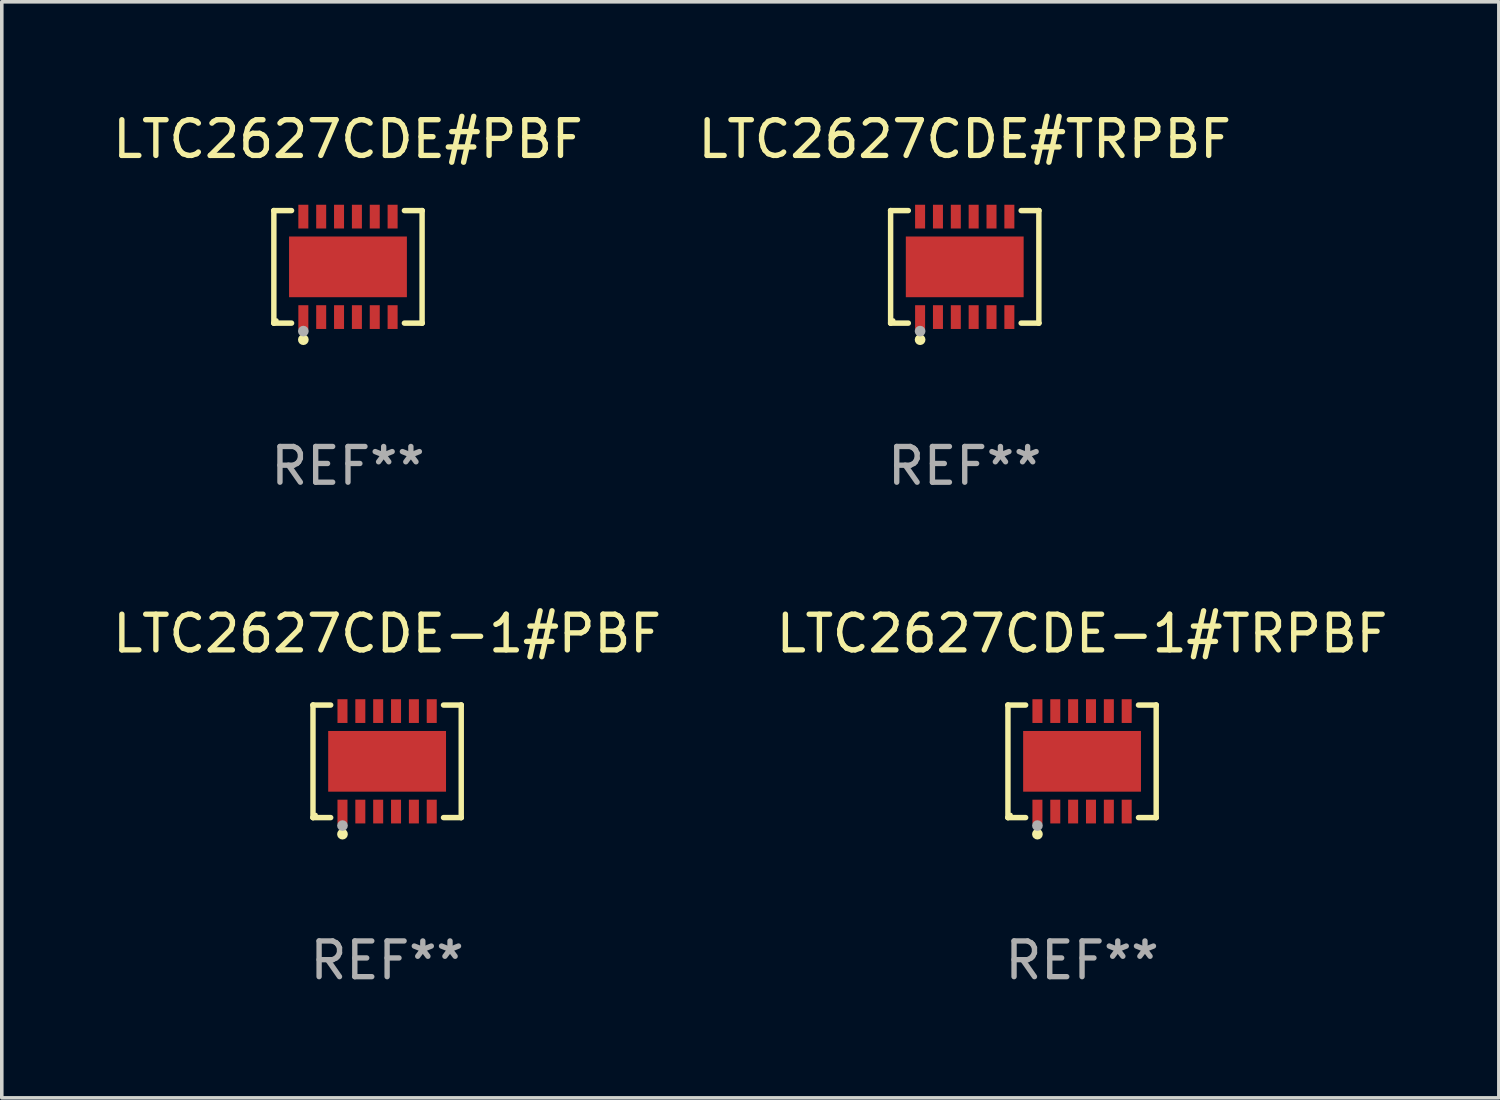
<source format=kicad_pcb>
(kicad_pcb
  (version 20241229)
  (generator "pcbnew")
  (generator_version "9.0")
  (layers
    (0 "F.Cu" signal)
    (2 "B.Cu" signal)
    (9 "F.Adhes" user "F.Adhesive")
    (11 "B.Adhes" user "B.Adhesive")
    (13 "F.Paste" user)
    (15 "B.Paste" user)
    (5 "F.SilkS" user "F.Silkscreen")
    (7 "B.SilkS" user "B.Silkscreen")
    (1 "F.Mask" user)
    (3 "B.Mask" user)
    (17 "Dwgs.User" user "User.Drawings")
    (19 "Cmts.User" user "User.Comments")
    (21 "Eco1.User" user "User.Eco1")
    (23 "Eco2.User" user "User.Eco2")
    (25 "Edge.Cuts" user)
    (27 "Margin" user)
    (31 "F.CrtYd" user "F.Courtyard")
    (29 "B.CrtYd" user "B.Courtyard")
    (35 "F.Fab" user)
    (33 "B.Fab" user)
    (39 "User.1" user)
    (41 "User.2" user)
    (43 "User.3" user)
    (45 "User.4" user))
  (footprint "LTC2627CDE#PBF"
    (layer "F.Cu")
    (at 6.696 4.424)
    (property "Reference" "LTC2627CDE#PBF" (at 0 -3.576 0) (layer "F.SilkS") (effects (font (size 1 1) (thickness 0.15))))
    (attr through_hole)
    (fp_line (start -2.076 -1.576) (end -2.076 -1.576) (stroke (width 0.152) (type solid)) (layer "F.SilkS"))
    (fp_line (start -2.076 -1.576) (end -1.58 -1.576) (stroke (width 0.152) (type solid)) (layer "F.SilkS"))
    (fp_line (start -2.076 1.576) (end -2.076 -1.576) (stroke (width 0.152) (type solid)) (layer "F.SilkS"))
    (fp_line (start -2.076 1.576) (end -2.076 1.576) (stroke (width 0.152) (type solid)) (layer "F.SilkS"))
    (fp_line (start -1.58 1.576) (end -2.076 1.576) (stroke (width 0.152) (type solid)) (layer "F.SilkS"))
    (fp_line (start 1.58 1.576) (end 2.076 1.576) (stroke (width 0.152) (type solid)) (layer "F.SilkS"))
    (fp_line (start 2.076 -1.576) (end 1.58 -1.576) (stroke (width 0.152) (type solid)) (layer "F.SilkS"))
    (fp_line (start 2.076 -1.576) (end 2.076 -1.576) (stroke (width 0.152) (type solid)) (layer "F.SilkS"))
    (fp_line (start 2.076 1.576) (end 2.076 -1.576) (stroke (width 0.152) (type solid)) (layer "F.SilkS"))
    (fp_line (start 2.076 1.576) (end 2.076 1.576) (stroke (width 0.152) (type solid)) (layer "F.SilkS"))
    (fp_circle (center -2 1.5) (end -1.97 1.5) (stroke (width 0.06) (type solid)) (fill no) (layer "F.SilkS"))
    (fp_circle (center -1.25 2.04) (end -1.175 2.04) (stroke (width 0.15) (type solid)) (fill no) (layer "F.SilkS"))
    (fp_circle (center -1.25 1.8) (end -1.175 1.8) (stroke (width 0.15) (type solid)) (fill no) (layer "F.Fab"))
    (fp_text user "REF**" (at 0 5.576 0) (layer "F.Fab") (effects (font (size 1 1) (thickness 0.15))))
    (pad "1" smd rect (at -1.25 1.407) (size 0.28 0.665) (layers "F.Cu" "F.Mask" "F.Paste"))
    (pad "2" smd rect (at -0.75 1.407) (size 0.28 0.665) (layers "F.Cu" "F.Mask" "F.Paste"))
    (pad "3" smd rect (at -0.25 1.407) (size 0.28 0.665) (layers "F.Cu" "F.Mask" "F.Paste"))
    (pad "4" smd rect (at 0.25 1.407) (size 0.28 0.665) (layers "F.Cu" "F.Mask" "F.Paste"))
    (pad "5" smd rect (at 0.75 1.407) (size 0.28 0.665) (layers "F.Cu" "F.Mask" "F.Paste"))
    (pad "6" smd rect (at 1.25 1.407) (size 0.28 0.665) (layers "F.Cu" "F.Mask" "F.Paste"))
    (pad "7" smd rect (at 1.25 -1.407) (size 0.28 0.665) (layers "F.Cu" "F.Mask" "F.Paste"))
    (pad "8" smd rect (at 0.75 -1.407) (size 0.28 0.665) (layers "F.Cu" "F.Mask" "F.Paste"))
    (pad "9" smd rect (at 0.25 -1.407) (size 0.28 0.665) (layers "F.Cu" "F.Mask" "F.Paste"))
    (pad "10" smd rect (at -0.25 -1.407) (size 0.28 0.665) (layers "F.Cu" "F.Mask" "F.Paste"))
    (pad "11" smd rect (at -0.75 -1.407) (size 0.28 0.665) (layers "F.Cu" "F.Mask" "F.Paste"))
    (pad "12" smd rect (at -1.25 -1.407) (size 0.28 0.665) (layers "F.Cu" "F.Mask" "F.Paste"))
    (pad "13" smd rect (at 0 0) (size 3.3 1.7) (layers "F.Cu" "F.Mask" "F.Paste")))
  (footprint "LTC2627CDE#TRPBF"
    (layer "F.Cu")
    (at 23.97 4.424)
    (property "Reference" "LTC2627CDE#TRPBF" (at 0 -3.576 0) (layer "F.SilkS") (effects (font (size 1 1) (thickness 0.15))))
    (attr through_hole)
    (fp_line (start -2.076 -1.576) (end -2.076 -1.576) (stroke (width 0.152) (type solid)) (layer "F.SilkS"))
    (fp_line (start -2.076 -1.576) (end -1.58 -1.576) (stroke (width 0.152) (type solid)) (layer "F.SilkS"))
    (fp_line (start -2.076 1.576) (end -2.076 -1.576) (stroke (width 0.152) (type solid)) (layer "F.SilkS"))
    (fp_line (start -2.076 1.576) (end -2.076 1.576) (stroke (width 0.152) (type solid)) (layer "F.SilkS"))
    (fp_line (start -1.58 1.576) (end -2.076 1.576) (stroke (width 0.152) (type solid)) (layer "F.SilkS"))
    (fp_line (start 1.58 1.576) (end 2.076 1.576) (stroke (width 0.152) (type solid)) (layer "F.SilkS"))
    (fp_line (start 2.076 -1.576) (end 1.58 -1.576) (stroke (width 0.152) (type solid)) (layer "F.SilkS"))
    (fp_line (start 2.076 -1.576) (end 2.076 -1.576) (stroke (width 0.152) (type solid)) (layer "F.SilkS"))
    (fp_line (start 2.076 1.576) (end 2.076 -1.576) (stroke (width 0.152) (type solid)) (layer "F.SilkS"))
    (fp_line (start 2.076 1.576) (end 2.076 1.576) (stroke (width 0.152) (type solid)) (layer "F.SilkS"))
    (fp_circle (center -2 1.5) (end -1.97 1.5) (stroke (width 0.06) (type solid)) (fill no) (layer "F.SilkS"))
    (fp_circle (center -1.25 2.04) (end -1.175 2.04) (stroke (width 0.15) (type solid)) (fill no) (layer "F.SilkS"))
    (fp_circle (center -1.25 1.8) (end -1.175 1.8) (stroke (width 0.15) (type solid)) (fill no) (layer "F.Fab"))
    (fp_text user "REF**" (at 0 5.576 0) (layer "F.Fab") (effects (font (size 1 1) (thickness 0.15))))
    (pad "1" smd rect (at -1.25 1.407) (size 0.28 0.665) (layers "F.Cu" "F.Mask" "F.Paste"))
    (pad "2" smd rect (at -0.75 1.407) (size 0.28 0.665) (layers "F.Cu" "F.Mask" "F.Paste"))
    (pad "3" smd rect (at -0.25 1.407) (size 0.28 0.665) (layers "F.Cu" "F.Mask" "F.Paste"))
    (pad "4" smd rect (at 0.25 1.407) (size 0.28 0.665) (layers "F.Cu" "F.Mask" "F.Paste"))
    (pad "5" smd rect (at 0.75 1.407) (size 0.28 0.665) (layers "F.Cu" "F.Mask" "F.Paste"))
    (pad "6" smd rect (at 1.25 1.407) (size 0.28 0.665) (layers "F.Cu" "F.Mask" "F.Paste"))
    (pad "7" smd rect (at 1.25 -1.407) (size 0.28 0.665) (layers "F.Cu" "F.Mask" "F.Paste"))
    (pad "8" smd rect (at 0.75 -1.407) (size 0.28 0.665) (layers "F.Cu" "F.Mask" "F.Paste"))
    (pad "9" smd rect (at 0.25 -1.407) (size 0.28 0.665) (layers "F.Cu" "F.Mask" "F.Paste"))
    (pad "10" smd rect (at -0.25 -1.407) (size 0.28 0.665) (layers "F.Cu" "F.Mask" "F.Paste"))
    (pad "11" smd rect (at -0.75 -1.407) (size 0.28 0.665) (layers "F.Cu" "F.Mask" "F.Paste"))
    (pad "12" smd rect (at -1.25 -1.407) (size 0.28 0.665) (layers "F.Cu" "F.Mask" "F.Paste"))
    (pad "13" smd rect (at 0 0) (size 3.3 1.7) (layers "F.Cu" "F.Mask" "F.Paste")))
  (footprint "LTC2627CDE-1#PBF"
    (layer "F.Cu")
    (at 7.792 18.273)
    (property "Reference" "LTC2627CDE-1#PBF" (at 0 -3.576 0) (layer "F.SilkS") (effects (font (size 1 1) (thickness 0.15))))
    (attr through_hole)
    (fp_line (start -2.076 -1.576) (end -2.076 -1.576) (stroke (width 0.152) (type solid)) (layer "F.SilkS"))
    (fp_line (start -2.076 -1.576) (end -1.58 -1.576) (stroke (width 0.152) (type solid)) (layer "F.SilkS"))
    (fp_line (start -2.076 1.576) (end -2.076 -1.576) (stroke (width 0.152) (type solid)) (layer "F.SilkS"))
    (fp_line (start -2.076 1.576) (end -2.076 1.576) (stroke (width 0.152) (type solid)) (layer "F.SilkS"))
    (fp_line (start -1.58 1.576) (end -2.076 1.576) (stroke (width 0.152) (type solid)) (layer "F.SilkS"))
    (fp_line (start 1.58 1.576) (end 2.076 1.576) (stroke (width 0.152) (type solid)) (layer "F.SilkS"))
    (fp_line (start 2.076 -1.576) (end 1.58 -1.576) (stroke (width 0.152) (type solid)) (layer "F.SilkS"))
    (fp_line (start 2.076 -1.576) (end 2.076 -1.576) (stroke (width 0.152) (type solid)) (layer "F.SilkS"))
    (fp_line (start 2.076 1.576) (end 2.076 -1.576) (stroke (width 0.152) (type solid)) (layer "F.SilkS"))
    (fp_line (start 2.076 1.576) (end 2.076 1.576) (stroke (width 0.152) (type solid)) (layer "F.SilkS"))
    (fp_circle (center -2 1.5) (end -1.97 1.5) (stroke (width 0.06) (type solid)) (fill no) (layer "F.SilkS"))
    (fp_circle (center -1.25 2.04) (end -1.175 2.04) (stroke (width 0.15) (type solid)) (fill no) (layer "F.SilkS"))
    (fp_circle (center -1.25 1.8) (end -1.175 1.8) (stroke (width 0.15) (type solid)) (fill no) (layer "F.Fab"))
    (fp_text user "REF**" (at 0 5.576 0) (layer "F.Fab") (effects (font (size 1 1) (thickness 0.15))))
    (pad "1" smd rect (at -1.25 1.407) (size 0.28 0.665) (layers "F.Cu" "F.Mask" "F.Paste"))
    (pad "2" smd rect (at -0.75 1.407) (size 0.28 0.665) (layers "F.Cu" "F.Mask" "F.Paste"))
    (pad "3" smd rect (at -0.25 1.407) (size 0.28 0.665) (layers "F.Cu" "F.Mask" "F.Paste"))
    (pad "4" smd rect (at 0.25 1.407) (size 0.28 0.665) (layers "F.Cu" "F.Mask" "F.Paste"))
    (pad "5" smd rect (at 0.75 1.407) (size 0.28 0.665) (layers "F.Cu" "F.Mask" "F.Paste"))
    (pad "6" smd rect (at 1.25 1.407) (size 0.28 0.665) (layers "F.Cu" "F.Mask" "F.Paste"))
    (pad "7" smd rect (at 1.25 -1.407) (size 0.28 0.665) (layers "F.Cu" "F.Mask" "F.Paste"))
    (pad "8" smd rect (at 0.75 -1.407) (size 0.28 0.665) (layers "F.Cu" "F.Mask" "F.Paste"))
    (pad "9" smd rect (at 0.25 -1.407) (size 0.28 0.665) (layers "F.Cu" "F.Mask" "F.Paste"))
    (pad "10" smd rect (at -0.25 -1.407) (size 0.28 0.665) (layers "F.Cu" "F.Mask" "F.Paste"))
    (pad "11" smd rect (at -0.75 -1.407) (size 0.28 0.665) (layers "F.Cu" "F.Mask" "F.Paste"))
    (pad "12" smd rect (at -1.25 -1.407) (size 0.28 0.665) (layers "F.Cu" "F.Mask" "F.Paste"))
    (pad "13" smd rect (at 0 0) (size 3.3 1.7) (layers "F.Cu" "F.Mask" "F.Paste")))
  (footprint "LTC2627CDE-1#TRPBF"
    (layer "F.Cu")
    (at 27.256 18.273)
    (property "Reference" "LTC2627CDE-1#TRPBF" (at 0 -3.576 0) (layer "F.SilkS") (effects (font (size 1 1) (thickness 0.15))))
    (attr through_hole)
    (fp_line (start -2.076 -1.576) (end -2.076 -1.576) (stroke (width 0.152) (type solid)) (layer "F.SilkS"))
    (fp_line (start -2.076 -1.576) (end -1.58 -1.576) (stroke (width 0.152) (type solid)) (layer "F.SilkS"))
    (fp_line (start -2.076 1.576) (end -2.076 -1.576) (stroke (width 0.152) (type solid)) (layer "F.SilkS"))
    (fp_line (start -2.076 1.576) (end -2.076 1.576) (stroke (width 0.152) (type solid)) (layer "F.SilkS"))
    (fp_line (start -1.58 1.576) (end -2.076 1.576) (stroke (width 0.152) (type solid)) (layer "F.SilkS"))
    (fp_line (start 1.58 1.576) (end 2.076 1.576) (stroke (width 0.152) (type solid)) (layer "F.SilkS"))
    (fp_line (start 2.076 -1.576) (end 1.58 -1.576) (stroke (width 0.152) (type solid)) (layer "F.SilkS"))
    (fp_line (start 2.076 -1.576) (end 2.076 -1.576) (stroke (width 0.152) (type solid)) (layer "F.SilkS"))
    (fp_line (start 2.076 1.576) (end 2.076 -1.576) (stroke (width 0.152) (type solid)) (layer "F.SilkS"))
    (fp_line (start 2.076 1.576) (end 2.076 1.576) (stroke (width 0.152) (type solid)) (layer "F.SilkS"))
    (fp_circle (center -2 1.5) (end -1.97 1.5) (stroke (width 0.06) (type solid)) (fill no) (layer "F.SilkS"))
    (fp_circle (center -1.25 2.04) (end -1.175 2.04) (stroke (width 0.15) (type solid)) (fill no) (layer "F.SilkS"))
    (fp_circle (center -1.25 1.8) (end -1.175 1.8) (stroke (width 0.15) (type solid)) (fill no) (layer "F.Fab"))
    (fp_text user "REF**" (at 0 5.576 0) (layer "F.Fab") (effects (font (size 1 1) (thickness 0.15))))
    (pad "1" smd rect (at -1.25 1.407) (size 0.28 0.665) (layers "F.Cu" "F.Mask" "F.Paste"))
    (pad "2" smd rect (at -0.75 1.407) (size 0.28 0.665) (layers "F.Cu" "F.Mask" "F.Paste"))
    (pad "3" smd rect (at -0.25 1.407) (size 0.28 0.665) (layers "F.Cu" "F.Mask" "F.Paste"))
    (pad "4" smd rect (at 0.25 1.407) (size 0.28 0.665) (layers "F.Cu" "F.Mask" "F.Paste"))
    (pad "5" smd rect (at 0.75 1.407) (size 0.28 0.665) (layers "F.Cu" "F.Mask" "F.Paste"))
    (pad "6" smd rect (at 1.25 1.407) (size 0.28 0.665) (layers "F.Cu" "F.Mask" "F.Paste"))
    (pad "7" smd rect (at 1.25 -1.407) (size 0.28 0.665) (layers "F.Cu" "F.Mask" "F.Paste"))
    (pad "8" smd rect (at 0.75 -1.407) (size 0.28 0.665) (layers "F.Cu" "F.Mask" "F.Paste"))
    (pad "9" smd rect (at 0.25 -1.407) (size 0.28 0.665) (layers "F.Cu" "F.Mask" "F.Paste"))
    (pad "10" smd rect (at -0.25 -1.407) (size 0.28 0.665) (layers "F.Cu" "F.Mask" "F.Paste"))
    (pad "11" smd rect (at -0.75 -1.407) (size 0.28 0.665) (layers "F.Cu" "F.Mask" "F.Paste"))
    (pad "12" smd rect (at -1.25 -1.407) (size 0.28 0.665) (layers "F.Cu" "F.Mask" "F.Paste"))
    (pad "13" smd rect (at 0 0) (size 3.3 1.7) (layers "F.Cu" "F.Mask" "F.Paste")))
  (gr_rect
    (start -3 -3)
    (end 38.929 27.698)
    (stroke (width 0.1) (type default))
    (fill no)
    (layer "Edge.Cuts")))
</source>
